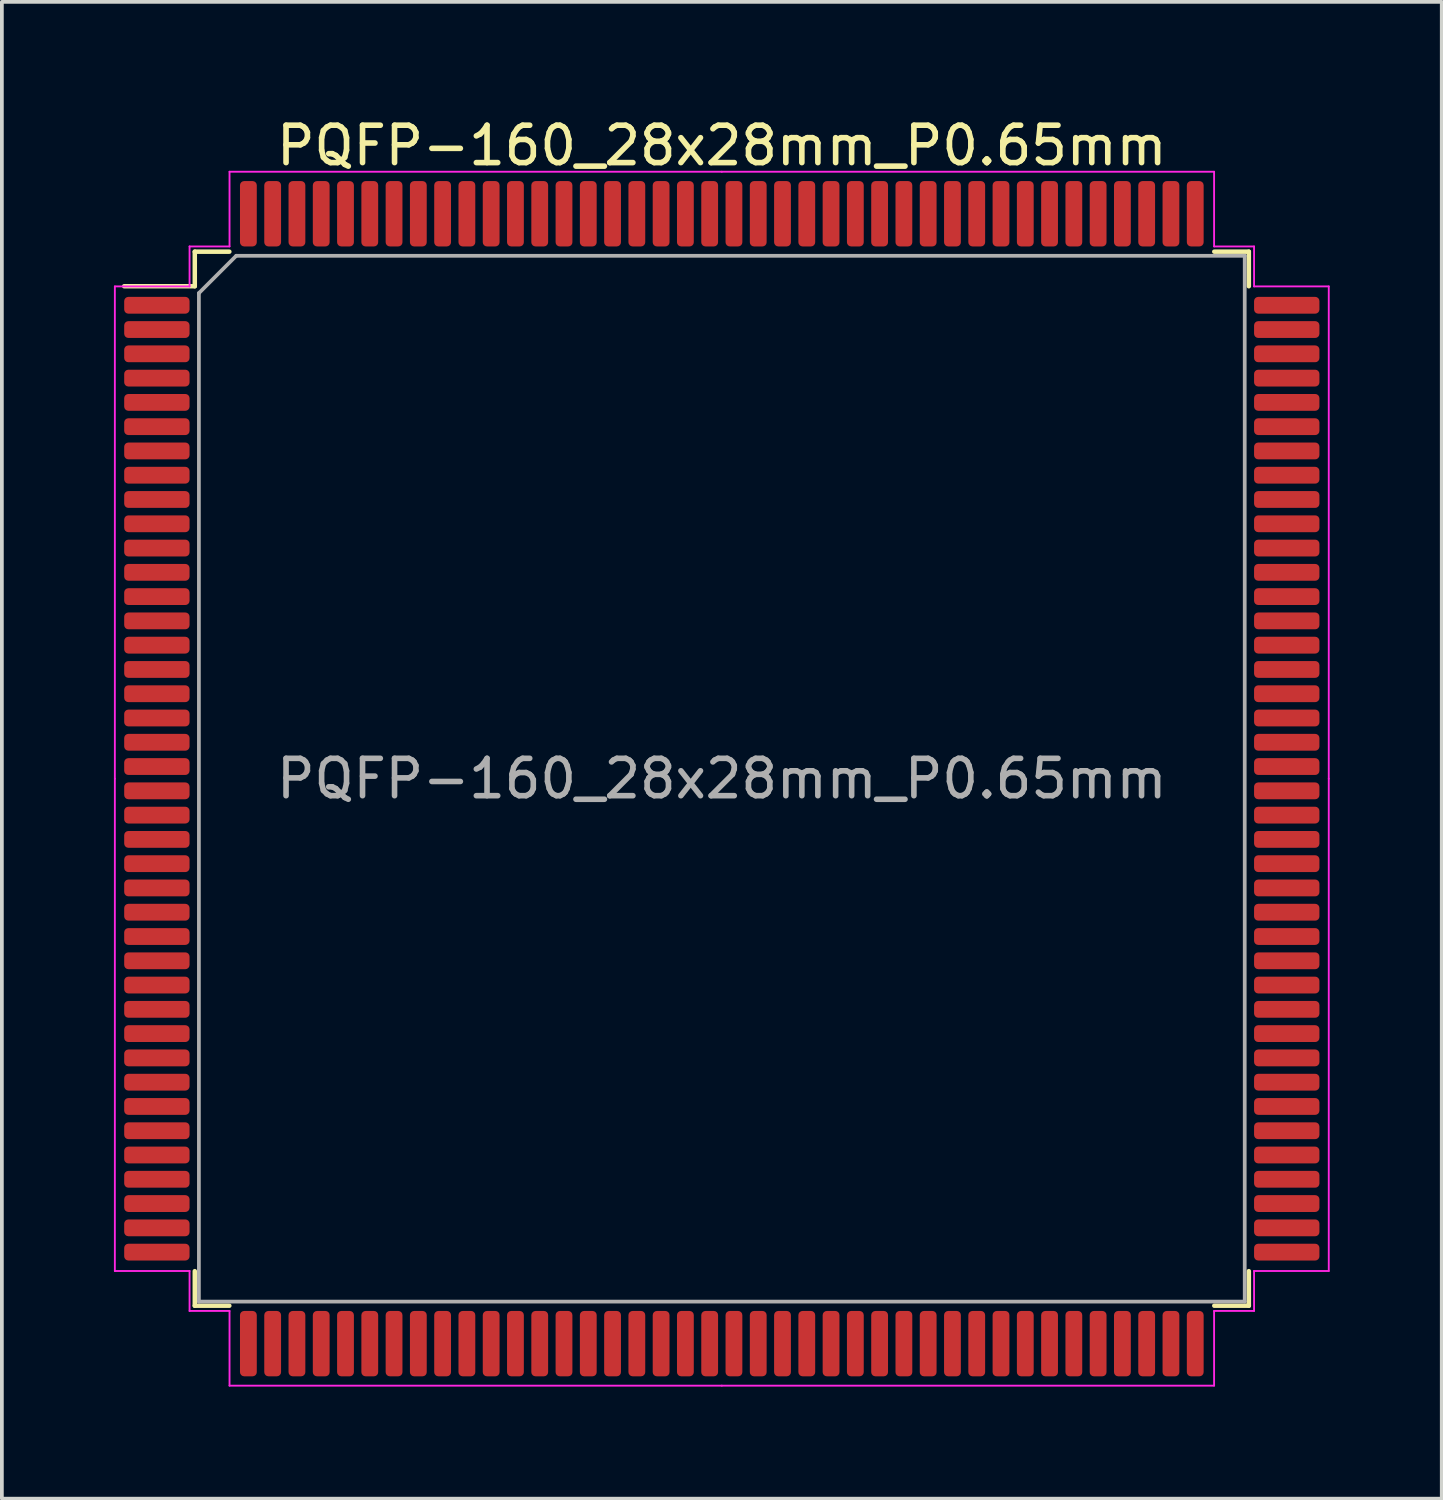
<source format=kicad_pcb>
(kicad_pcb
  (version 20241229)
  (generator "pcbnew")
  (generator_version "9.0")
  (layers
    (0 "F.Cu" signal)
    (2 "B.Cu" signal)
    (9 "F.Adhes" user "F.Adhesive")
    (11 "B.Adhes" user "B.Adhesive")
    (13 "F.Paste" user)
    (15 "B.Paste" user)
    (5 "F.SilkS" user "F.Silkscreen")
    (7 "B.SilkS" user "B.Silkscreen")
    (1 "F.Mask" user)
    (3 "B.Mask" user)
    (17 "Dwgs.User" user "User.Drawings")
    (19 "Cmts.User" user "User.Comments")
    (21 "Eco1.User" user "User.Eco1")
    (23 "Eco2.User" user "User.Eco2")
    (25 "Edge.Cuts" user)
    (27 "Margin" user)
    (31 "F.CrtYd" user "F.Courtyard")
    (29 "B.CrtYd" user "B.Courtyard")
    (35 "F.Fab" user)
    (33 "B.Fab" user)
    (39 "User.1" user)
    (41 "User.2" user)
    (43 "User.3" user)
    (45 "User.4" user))
  (footprint "PQFP-160_28x28mm_P0.65mm"
    (layer "F.Cu")
    (at 16.275 17.798)
    (property "Reference" "PQFP-160_28x28mm_P0.65mm" (at 0 -16.95 0) (layer "F.SilkS") (effects (font (size 1 1) (thickness 0.15))))
    (attr smd)
    (fp_line (start -14.11 -14.11) (end -14.11 -13.185) (stroke (width 0.12) (type solid)) (layer "F.SilkS"))
    (fp_line (start -14.11 -13.185) (end -16 -13.185) (stroke (width 0.12) (type solid)) (layer "F.SilkS"))
    (fp_line (start -14.11 14.11) (end -14.11 13.185) (stroke (width 0.12) (type solid)) (layer "F.SilkS"))
    (fp_line (start -13.185 -14.11) (end -14.11 -14.11) (stroke (width 0.12) (type solid)) (layer "F.SilkS"))
    (fp_line (start -13.185 14.11) (end -14.11 14.11) (stroke (width 0.12) (type solid)) (layer "F.SilkS"))
    (fp_line (start 13.185 -14.11) (end 14.11 -14.11) (stroke (width 0.12) (type solid)) (layer "F.SilkS"))
    (fp_line (start 13.185 14.11) (end 14.11 14.11) (stroke (width 0.12) (type solid)) (layer "F.SilkS"))
    (fp_line (start 14.11 -14.11) (end 14.11 -13.185) (stroke (width 0.12) (type solid)) (layer "F.SilkS"))
    (fp_line (start 14.11 14.11) (end 14.11 13.185) (stroke (width 0.12) (type solid)) (layer "F.SilkS"))
    (fp_line (start -16.25 -13.18) (end -16.25 0) (stroke (width 0.05) (type solid)) (layer "F.CrtYd"))
    (fp_line (start -16.25 13.18) (end -16.25 0) (stroke (width 0.05) (type solid)) (layer "F.CrtYd"))
    (fp_line (start -14.25 -14.25) (end -14.25 -13.18) (stroke (width 0.05) (type solid)) (layer "F.CrtYd"))
    (fp_line (start -14.25 -13.18) (end -16.25 -13.18) (stroke (width 0.05) (type solid)) (layer "F.CrtYd"))
    (fp_line (start -14.25 13.18) (end -16.25 13.18) (stroke (width 0.05) (type solid)) (layer "F.CrtYd"))
    (fp_line (start -14.25 14.25) (end -14.25 13.18) (stroke (width 0.05) (type solid)) (layer "F.CrtYd"))
    (fp_line (start -13.18 -16.25) (end -13.18 -14.25) (stroke (width 0.05) (type solid)) (layer "F.CrtYd"))
    (fp_line (start -13.18 -14.25) (end -14.25 -14.25) (stroke (width 0.05) (type solid)) (layer "F.CrtYd"))
    (fp_line (start -13.18 14.25) (end -14.25 14.25) (stroke (width 0.05) (type solid)) (layer "F.CrtYd"))
    (fp_line (start -13.18 16.25) (end -13.18 14.25) (stroke (width 0.05) (type solid)) (layer "F.CrtYd"))
    (fp_line (start 0 -16.25) (end -13.18 -16.25) (stroke (width 0.05) (type solid)) (layer "F.CrtYd"))
    (fp_line (start 0 -16.25) (end 13.18 -16.25) (stroke (width 0.05) (type solid)) (layer "F.CrtYd"))
    (fp_line (start 0 16.25) (end -13.18 16.25) (stroke (width 0.05) (type solid)) (layer "F.CrtYd"))
    (fp_line (start 0 16.25) (end 13.18 16.25) (stroke (width 0.05) (type solid)) (layer "F.CrtYd"))
    (fp_line (start 13.18 -16.25) (end 13.18 -14.25) (stroke (width 0.05) (type solid)) (layer "F.CrtYd"))
    (fp_line (start 13.18 -14.25) (end 14.25 -14.25) (stroke (width 0.05) (type solid)) (layer "F.CrtYd"))
    (fp_line (start 13.18 14.25) (end 14.25 14.25) (stroke (width 0.05) (type solid)) (layer "F.CrtYd"))
    (fp_line (start 13.18 16.25) (end 13.18 14.25) (stroke (width 0.05) (type solid)) (layer "F.CrtYd"))
    (fp_line (start 14.25 -14.25) (end 14.25 -13.18) (stroke (width 0.05) (type solid)) (layer "F.CrtYd"))
    (fp_line (start 14.25 -13.18) (end 16.25 -13.18) (stroke (width 0.05) (type solid)) (layer "F.CrtYd"))
    (fp_line (start 14.25 13.18) (end 16.25 13.18) (stroke (width 0.05) (type solid)) (layer "F.CrtYd"))
    (fp_line (start 14.25 14.25) (end 14.25 13.18) (stroke (width 0.05) (type solid)) (layer "F.CrtYd"))
    (fp_line (start 16.25 -13.18) (end 16.25 0) (stroke (width 0.05) (type solid)) (layer "F.CrtYd"))
    (fp_line (start 16.25 13.18) (end 16.25 0) (stroke (width 0.05) (type solid)) (layer "F.CrtYd"))
    (fp_line (start -14 -13) (end -13 -14) (stroke (width 0.1) (type solid)) (layer "F.Fab"))
    (fp_line (start -14 14) (end -14 -13) (stroke (width 0.1) (type solid)) (layer "F.Fab"))
    (fp_line (start -13 -14) (end 14 -14) (stroke (width 0.1) (type solid)) (layer "F.Fab"))
    (fp_line (start 14 -14) (end 14 14) (stroke (width 0.1) (type solid)) (layer "F.Fab"))
    (fp_line (start 14 14) (end -14 14) (stroke (width 0.1) (type solid)) (layer "F.Fab"))
    (fp_text user "${REFERENCE}" (at 0 0 0) (layer "F.Fab") (effects (font (size 1 1) (thickness 0.15))))
    (pad "1" smd roundrect (at -15.125 -12.675) (size 1.75 0.45) (layers "F.Cu" "F.Mask" "F.Paste") (roundrect_rratio 0.25))
    (pad "2" smd roundrect (at -15.125 -12.025) (size 1.75 0.45) (layers "F.Cu" "F.Mask" "F.Paste") (roundrect_rratio 0.25))
    (pad "3" smd roundrect (at -15.125 -11.375) (size 1.75 0.45) (layers "F.Cu" "F.Mask" "F.Paste") (roundrect_rratio 0.25))
    (pad "4" smd roundrect (at -15.125 -10.725) (size 1.75 0.45) (layers "F.Cu" "F.Mask" "F.Paste") (roundrect_rratio 0.25))
    (pad "5" smd roundrect (at -15.125 -10.075) (size 1.75 0.45) (layers "F.Cu" "F.Mask" "F.Paste") (roundrect_rratio 0.25))
    (pad "6" smd roundrect (at -15.125 -9.425) (size 1.75 0.45) (layers "F.Cu" "F.Mask" "F.Paste") (roundrect_rratio 0.25))
    (pad "7" smd roundrect (at -15.125 -8.775) (size 1.75 0.45) (layers "F.Cu" "F.Mask" "F.Paste") (roundrect_rratio 0.25))
    (pad "8" smd roundrect (at -15.125 -8.125) (size 1.75 0.45) (layers "F.Cu" "F.Mask" "F.Paste") (roundrect_rratio 0.25))
    (pad "9" smd roundrect (at -15.125 -7.475) (size 1.75 0.45) (layers "F.Cu" "F.Mask" "F.Paste") (roundrect_rratio 0.25))
    (pad "10" smd roundrect (at -15.125 -6.825) (size 1.75 0.45) (layers "F.Cu" "F.Mask" "F.Paste") (roundrect_rratio 0.25))
    (pad "11" smd roundrect (at -15.125 -6.175) (size 1.75 0.45) (layers "F.Cu" "F.Mask" "F.Paste") (roundrect_rratio 0.25))
    (pad "12" smd roundrect (at -15.125 -5.525) (size 1.75 0.45) (layers "F.Cu" "F.Mask" "F.Paste") (roundrect_rratio 0.25))
    (pad "13" smd roundrect (at -15.125 -4.875) (size 1.75 0.45) (layers "F.Cu" "F.Mask" "F.Paste") (roundrect_rratio 0.25))
    (pad "14" smd roundrect (at -15.125 -4.225) (size 1.75 0.45) (layers "F.Cu" "F.Mask" "F.Paste") (roundrect_rratio 0.25))
    (pad "15" smd roundrect (at -15.125 -3.575) (size 1.75 0.45) (layers "F.Cu" "F.Mask" "F.Paste") (roundrect_rratio 0.25))
    (pad "16" smd roundrect (at -15.125 -2.925) (size 1.75 0.45) (layers "F.Cu" "F.Mask" "F.Paste") (roundrect_rratio 0.25))
    (pad "17" smd roundrect (at -15.125 -2.275) (size 1.75 0.45) (layers "F.Cu" "F.Mask" "F.Paste") (roundrect_rratio 0.25))
    (pad "18" smd roundrect (at -15.125 -1.625) (size 1.75 0.45) (layers "F.Cu" "F.Mask" "F.Paste") (roundrect_rratio 0.25))
    (pad "19" smd roundrect (at -15.125 -0.975) (size 1.75 0.45) (layers "F.Cu" "F.Mask" "F.Paste") (roundrect_rratio 0.25))
    (pad "20" smd roundrect (at -15.125 -0.325) (size 1.75 0.45) (layers "F.Cu" "F.Mask" "F.Paste") (roundrect_rratio 0.25))
    (pad "21" smd roundrect (at -15.125 0.325) (size 1.75 0.45) (layers "F.Cu" "F.Mask" "F.Paste") (roundrect_rratio 0.25))
    (pad "22" smd roundrect (at -15.125 0.975) (size 1.75 0.45) (layers "F.Cu" "F.Mask" "F.Paste") (roundrect_rratio 0.25))
    (pad "23" smd roundrect (at -15.125 1.625) (size 1.75 0.45) (layers "F.Cu" "F.Mask" "F.Paste") (roundrect_rratio 0.25))
    (pad "24" smd roundrect (at -15.125 2.275) (size 1.75 0.45) (layers "F.Cu" "F.Mask" "F.Paste") (roundrect_rratio 0.25))
    (pad "25" smd roundrect (at -15.125 2.925) (size 1.75 0.45) (layers "F.Cu" "F.Mask" "F.Paste") (roundrect_rratio 0.25))
    (pad "26" smd roundrect (at -15.125 3.575) (size 1.75 0.45) (layers "F.Cu" "F.Mask" "F.Paste") (roundrect_rratio 0.25))
    (pad "27" smd roundrect (at -15.125 4.225) (size 1.75 0.45) (layers "F.Cu" "F.Mask" "F.Paste") (roundrect_rratio 0.25))
    (pad "28" smd roundrect (at -15.125 4.875) (size 1.75 0.45) (layers "F.Cu" "F.Mask" "F.Paste") (roundrect_rratio 0.25))
    (pad "29" smd roundrect (at -15.125 5.525) (size 1.75 0.45) (layers "F.Cu" "F.Mask" "F.Paste") (roundrect_rratio 0.25))
    (pad "30" smd roundrect (at -15.125 6.175) (size 1.75 0.45) (layers "F.Cu" "F.Mask" "F.Paste") (roundrect_rratio 0.25))
    (pad "31" smd roundrect (at -15.125 6.825) (size 1.75 0.45) (layers "F.Cu" "F.Mask" "F.Paste") (roundrect_rratio 0.25))
    (pad "32" smd roundrect (at -15.125 7.475) (size 1.75 0.45) (layers "F.Cu" "F.Mask" "F.Paste") (roundrect_rratio 0.25))
    (pad "33" smd roundrect (at -15.125 8.125) (size 1.75 0.45) (layers "F.Cu" "F.Mask" "F.Paste") (roundrect_rratio 0.25))
    (pad "34" smd roundrect (at -15.125 8.775) (size 1.75 0.45) (layers "F.Cu" "F.Mask" "F.Paste") (roundrect_rratio 0.25))
    (pad "35" smd roundrect (at -15.125 9.425) (size 1.75 0.45) (layers "F.Cu" "F.Mask" "F.Paste") (roundrect_rratio 0.25))
    (pad "36" smd roundrect (at -15.125 10.075) (size 1.75 0.45) (layers "F.Cu" "F.Mask" "F.Paste") (roundrect_rratio 0.25))
    (pad "37" smd roundrect (at -15.125 10.725) (size 1.75 0.45) (layers "F.Cu" "F.Mask" "F.Paste") (roundrect_rratio 0.25))
    (pad "38" smd roundrect (at -15.125 11.375) (size 1.75 0.45) (layers "F.Cu" "F.Mask" "F.Paste") (roundrect_rratio 0.25))
    (pad "39" smd roundrect (at -15.125 12.025) (size 1.75 0.45) (layers "F.Cu" "F.Mask" "F.Paste") (roundrect_rratio 0.25))
    (pad "40" smd roundrect (at -15.125 12.675) (size 1.75 0.45) (layers "F.Cu" "F.Mask" "F.Paste") (roundrect_rratio 0.25))
    (pad "41" smd roundrect (at -12.675 15.125) (size 0.45 1.75) (layers "F.Cu" "F.Mask" "F.Paste") (roundrect_rratio 0.25))
    (pad "42" smd roundrect (at -12.025 15.125) (size 0.45 1.75) (layers "F.Cu" "F.Mask" "F.Paste") (roundrect_rratio 0.25))
    (pad "43" smd roundrect (at -11.375 15.125) (size 0.45 1.75) (layers "F.Cu" "F.Mask" "F.Paste") (roundrect_rratio 0.25))
    (pad "44" smd roundrect (at -10.725 15.125) (size 0.45 1.75) (layers "F.Cu" "F.Mask" "F.Paste") (roundrect_rratio 0.25))
    (pad "45" smd roundrect (at -10.075 15.125) (size 0.45 1.75) (layers "F.Cu" "F.Mask" "F.Paste") (roundrect_rratio 0.25))
    (pad "46" smd roundrect (at -9.425 15.125) (size 0.45 1.75) (layers "F.Cu" "F.Mask" "F.Paste") (roundrect_rratio 0.25))
    (pad "47" smd roundrect (at -8.775 15.125) (size 0.45 1.75) (layers "F.Cu" "F.Mask" "F.Paste") (roundrect_rratio 0.25))
    (pad "48" smd roundrect (at -8.125 15.125) (size 0.45 1.75) (layers "F.Cu" "F.Mask" "F.Paste") (roundrect_rratio 0.25))
    (pad "49" smd roundrect (at -7.475 15.125) (size 0.45 1.75) (layers "F.Cu" "F.Mask" "F.Paste") (roundrect_rratio 0.25))
    (pad "50" smd roundrect (at -6.825 15.125) (size 0.45 1.75) (layers "F.Cu" "F.Mask" "F.Paste") (roundrect_rratio 0.25))
    (pad "51" smd roundrect (at -6.175 15.125) (size 0.45 1.75) (layers "F.Cu" "F.Mask" "F.Paste") (roundrect_rratio 0.25))
    (pad "52" smd roundrect (at -5.525 15.125) (size 0.45 1.75) (layers "F.Cu" "F.Mask" "F.Paste") (roundrect_rratio 0.25))
    (pad "53" smd roundrect (at -4.875 15.125) (size 0.45 1.75) (layers "F.Cu" "F.Mask" "F.Paste") (roundrect_rratio 0.25))
    (pad "54" smd roundrect (at -4.225 15.125) (size 0.45 1.75) (layers "F.Cu" "F.Mask" "F.Paste") (roundrect_rratio 0.25))
    (pad "55" smd roundrect (at -3.575 15.125) (size 0.45 1.75) (layers "F.Cu" "F.Mask" "F.Paste") (roundrect_rratio 0.25))
    (pad "56" smd roundrect (at -2.925 15.125) (size 0.45 1.75) (layers "F.Cu" "F.Mask" "F.Paste") (roundrect_rratio 0.25))
    (pad "57" smd roundrect (at -2.275 15.125) (size 0.45 1.75) (layers "F.Cu" "F.Mask" "F.Paste") (roundrect_rratio 0.25))
    (pad "58" smd roundrect (at -1.625 15.125) (size 0.45 1.75) (layers "F.Cu" "F.Mask" "F.Paste") (roundrect_rratio 0.25))
    (pad "59" smd roundrect (at -0.975 15.125) (size 0.45 1.75) (layers "F.Cu" "F.Mask" "F.Paste") (roundrect_rratio 0.25))
    (pad "60" smd roundrect (at -0.325 15.125) (size 0.45 1.75) (layers "F.Cu" "F.Mask" "F.Paste") (roundrect_rratio 0.25))
    (pad "61" smd roundrect (at 0.325 15.125) (size 0.45 1.75) (layers "F.Cu" "F.Mask" "F.Paste") (roundrect_rratio 0.25))
    (pad "62" smd roundrect (at 0.975 15.125) (size 0.45 1.75) (layers "F.Cu" "F.Mask" "F.Paste") (roundrect_rratio 0.25))
    (pad "63" smd roundrect (at 1.625 15.125) (size 0.45 1.75) (layers "F.Cu" "F.Mask" "F.Paste") (roundrect_rratio 0.25))
    (pad "64" smd roundrect (at 2.275 15.125) (size 0.45 1.75) (layers "F.Cu" "F.Mask" "F.Paste") (roundrect_rratio 0.25))
    (pad "65" smd roundrect (at 2.925 15.125) (size 0.45 1.75) (layers "F.Cu" "F.Mask" "F.Paste") (roundrect_rratio 0.25))
    (pad "66" smd roundrect (at 3.575 15.125) (size 0.45 1.75) (layers "F.Cu" "F.Mask" "F.Paste") (roundrect_rratio 0.25))
    (pad "67" smd roundrect (at 4.225 15.125) (size 0.45 1.75) (layers "F.Cu" "F.Mask" "F.Paste") (roundrect_rratio 0.25))
    (pad "68" smd roundrect (at 4.875 15.125) (size 0.45 1.75) (layers "F.Cu" "F.Mask" "F.Paste") (roundrect_rratio 0.25))
    (pad "69" smd roundrect (at 5.525 15.125) (size 0.45 1.75) (layers "F.Cu" "F.Mask" "F.Paste") (roundrect_rratio 0.25))
    (pad "70" smd roundrect (at 6.175 15.125) (size 0.45 1.75) (layers "F.Cu" "F.Mask" "F.Paste") (roundrect_rratio 0.25))
    (pad "71" smd roundrect (at 6.825 15.125) (size 0.45 1.75) (layers "F.Cu" "F.Mask" "F.Paste") (roundrect_rratio 0.25))
    (pad "72" smd roundrect (at 7.475 15.125) (size 0.45 1.75) (layers "F.Cu" "F.Mask" "F.Paste") (roundrect_rratio 0.25))
    (pad "73" smd roundrect (at 8.125 15.125) (size 0.45 1.75) (layers "F.Cu" "F.Mask" "F.Paste") (roundrect_rratio 0.25))
    (pad "74" smd roundrect (at 8.775 15.125) (size 0.45 1.75) (layers "F.Cu" "F.Mask" "F.Paste") (roundrect_rratio 0.25))
    (pad "75" smd roundrect (at 9.425 15.125) (size 0.45 1.75) (layers "F.Cu" "F.Mask" "F.Paste") (roundrect_rratio 0.25))
    (pad "76" smd roundrect (at 10.075 15.125) (size 0.45 1.75) (layers "F.Cu" "F.Mask" "F.Paste") (roundrect_rratio 0.25))
    (pad "77" smd roundrect (at 10.725 15.125) (size 0.45 1.75) (layers "F.Cu" "F.Mask" "F.Paste") (roundrect_rratio 0.25))
    (pad "78" smd roundrect (at 11.375 15.125) (size 0.45 1.75) (layers "F.Cu" "F.Mask" "F.Paste") (roundrect_rratio 0.25))
    (pad "79" smd roundrect (at 12.025 15.125) (size 0.45 1.75) (layers "F.Cu" "F.Mask" "F.Paste") (roundrect_rratio 0.25))
    (pad "80" smd roundrect (at 12.675 15.125) (size 0.45 1.75) (layers "F.Cu" "F.Mask" "F.Paste") (roundrect_rratio 0.25))
    (pad "81" smd roundrect (at 15.125 12.675) (size 1.75 0.45) (layers "F.Cu" "F.Mask" "F.Paste") (roundrect_rratio 0.25))
    (pad "82" smd roundrect (at 15.125 12.025) (size 1.75 0.45) (layers "F.Cu" "F.Mask" "F.Paste") (roundrect_rratio 0.25))
    (pad "83" smd roundrect (at 15.125 11.375) (size 1.75 0.45) (layers "F.Cu" "F.Mask" "F.Paste") (roundrect_rratio 0.25))
    (pad "84" smd roundrect (at 15.125 10.725) (size 1.75 0.45) (layers "F.Cu" "F.Mask" "F.Paste") (roundrect_rratio 0.25))
    (pad "85" smd roundrect (at 15.125 10.075) (size 1.75 0.45) (layers "F.Cu" "F.Mask" "F.Paste") (roundrect_rratio 0.25))
    (pad "86" smd roundrect (at 15.125 9.425) (size 1.75 0.45) (layers "F.Cu" "F.Mask" "F.Paste") (roundrect_rratio 0.25))
    (pad "87" smd roundrect (at 15.125 8.775) (size 1.75 0.45) (layers "F.Cu" "F.Mask" "F.Paste") (roundrect_rratio 0.25))
    (pad "88" smd roundrect (at 15.125 8.125) (size 1.75 0.45) (layers "F.Cu" "F.Mask" "F.Paste") (roundrect_rratio 0.25))
    (pad "89" smd roundrect (at 15.125 7.475) (size 1.75 0.45) (layers "F.Cu" "F.Mask" "F.Paste") (roundrect_rratio 0.25))
    (pad "90" smd roundrect (at 15.125 6.825) (size 1.75 0.45) (layers "F.Cu" "F.Mask" "F.Paste") (roundrect_rratio 0.25))
    (pad "91" smd roundrect (at 15.125 6.175) (size 1.75 0.45) (layers "F.Cu" "F.Mask" "F.Paste") (roundrect_rratio 0.25))
    (pad "92" smd roundrect (at 15.125 5.525) (size 1.75 0.45) (layers "F.Cu" "F.Mask" "F.Paste") (roundrect_rratio 0.25))
    (pad "93" smd roundrect (at 15.125 4.875) (size 1.75 0.45) (layers "F.Cu" "F.Mask" "F.Paste") (roundrect_rratio 0.25))
    (pad "94" smd roundrect (at 15.125 4.225) (size 1.75 0.45) (layers "F.Cu" "F.Mask" "F.Paste") (roundrect_rratio 0.25))
    (pad "95" smd roundrect (at 15.125 3.575) (size 1.75 0.45) (layers "F.Cu" "F.Mask" "F.Paste") (roundrect_rratio 0.25))
    (pad "96" smd roundrect (at 15.125 2.925) (size 1.75 0.45) (layers "F.Cu" "F.Mask" "F.Paste") (roundrect_rratio 0.25))
    (pad "97" smd roundrect (at 15.125 2.275) (size 1.75 0.45) (layers "F.Cu" "F.Mask" "F.Paste") (roundrect_rratio 0.25))
    (pad "98" smd roundrect (at 15.125 1.625) (size 1.75 0.45) (layers "F.Cu" "F.Mask" "F.Paste") (roundrect_rratio 0.25))
    (pad "99" smd roundrect (at 15.125 0.975) (size 1.75 0.45) (layers "F.Cu" "F.Mask" "F.Paste") (roundrect_rratio 0.25))
    (pad "100" smd roundrect (at 15.125 0.325) (size 1.75 0.45) (layers "F.Cu" "F.Mask" "F.Paste") (roundrect_rratio 0.25))
    (pad "101" smd roundrect (at 15.125 -0.325) (size 1.75 0.45) (layers "F.Cu" "F.Mask" "F.Paste") (roundrect_rratio 0.25))
    (pad "102" smd roundrect (at 15.125 -0.975) (size 1.75 0.45) (layers "F.Cu" "F.Mask" "F.Paste") (roundrect_rratio 0.25))
    (pad "103" smd roundrect (at 15.125 -1.625) (size 1.75 0.45) (layers "F.Cu" "F.Mask" "F.Paste") (roundrect_rratio 0.25))
    (pad "104" smd roundrect (at 15.125 -2.275) (size 1.75 0.45) (layers "F.Cu" "F.Mask" "F.Paste") (roundrect_rratio 0.25))
    (pad "105" smd roundrect (at 15.125 -2.925) (size 1.75 0.45) (layers "F.Cu" "F.Mask" "F.Paste") (roundrect_rratio 0.25))
    (pad "106" smd roundrect (at 15.125 -3.575) (size 1.75 0.45) (layers "F.Cu" "F.Mask" "F.Paste") (roundrect_rratio 0.25))
    (pad "107" smd roundrect (at 15.125 -4.225) (size 1.75 0.45) (layers "F.Cu" "F.Mask" "F.Paste") (roundrect_rratio 0.25))
    (pad "108" smd roundrect (at 15.125 -4.875) (size 1.75 0.45) (layers "F.Cu" "F.Mask" "F.Paste") (roundrect_rratio 0.25))
    (pad "109" smd roundrect (at 15.125 -5.525) (size 1.75 0.45) (layers "F.Cu" "F.Mask" "F.Paste") (roundrect_rratio 0.25))
    (pad "110" smd roundrect (at 15.125 -6.175) (size 1.75 0.45) (layers "F.Cu" "F.Mask" "F.Paste") (roundrect_rratio 0.25))
    (pad "111" smd roundrect (at 15.125 -6.825) (size 1.75 0.45) (layers "F.Cu" "F.Mask" "F.Paste") (roundrect_rratio 0.25))
    (pad "112" smd roundrect (at 15.125 -7.475) (size 1.75 0.45) (layers "F.Cu" "F.Mask" "F.Paste") (roundrect_rratio 0.25))
    (pad "113" smd roundrect (at 15.125 -8.125) (size 1.75 0.45) (layers "F.Cu" "F.Mask" "F.Paste") (roundrect_rratio 0.25))
    (pad "114" smd roundrect (at 15.125 -8.775) (size 1.75 0.45) (layers "F.Cu" "F.Mask" "F.Paste") (roundrect_rratio 0.25))
    (pad "115" smd roundrect (at 15.125 -9.425) (size 1.75 0.45) (layers "F.Cu" "F.Mask" "F.Paste") (roundrect_rratio 0.25))
    (pad "116" smd roundrect (at 15.125 -10.075) (size 1.75 0.45) (layers "F.Cu" "F.Mask" "F.Paste") (roundrect_rratio 0.25))
    (pad "117" smd roundrect (at 15.125 -10.725) (size 1.75 0.45) (layers "F.Cu" "F.Mask" "F.Paste") (roundrect_rratio 0.25))
    (pad "118" smd roundrect (at 15.125 -11.375) (size 1.75 0.45) (layers "F.Cu" "F.Mask" "F.Paste") (roundrect_rratio 0.25))
    (pad "119" smd roundrect (at 15.125 -12.025) (size 1.75 0.45) (layers "F.Cu" "F.Mask" "F.Paste") (roundrect_rratio 0.25))
    (pad "120" smd roundrect (at 15.125 -12.675) (size 1.75 0.45) (layers "F.Cu" "F.Mask" "F.Paste") (roundrect_rratio 0.25))
    (pad "121" smd roundrect (at 12.675 -15.125) (size 0.45 1.75) (layers "F.Cu" "F.Mask" "F.Paste") (roundrect_rratio 0.25))
    (pad "122" smd roundrect (at 12.025 -15.125) (size 0.45 1.75) (layers "F.Cu" "F.Mask" "F.Paste") (roundrect_rratio 0.25))
    (pad "123" smd roundrect (at 11.375 -15.125) (size 0.45 1.75) (layers "F.Cu" "F.Mask" "F.Paste") (roundrect_rratio 0.25))
    (pad "124" smd roundrect (at 10.725 -15.125) (size 0.45 1.75) (layers "F.Cu" "F.Mask" "F.Paste") (roundrect_rratio 0.25))
    (pad "125" smd roundrect (at 10.075 -15.125) (size 0.45 1.75) (layers "F.Cu" "F.Mask" "F.Paste") (roundrect_rratio 0.25))
    (pad "126" smd roundrect (at 9.425 -15.125) (size 0.45 1.75) (layers "F.Cu" "F.Mask" "F.Paste") (roundrect_rratio 0.25))
    (pad "127" smd roundrect (at 8.775 -15.125) (size 0.45 1.75) (layers "F.Cu" "F.Mask" "F.Paste") (roundrect_rratio 0.25))
    (pad "128" smd roundrect (at 8.125 -15.125) (size 0.45 1.75) (layers "F.Cu" "F.Mask" "F.Paste") (roundrect_rratio 0.25))
    (pad "129" smd roundrect (at 7.475 -15.125) (size 0.45 1.75) (layers "F.Cu" "F.Mask" "F.Paste") (roundrect_rratio 0.25))
    (pad "130" smd roundrect (at 6.825 -15.125) (size 0.45 1.75) (layers "F.Cu" "F.Mask" "F.Paste") (roundrect_rratio 0.25))
    (pad "131" smd roundrect (at 6.175 -15.125) (size 0.45 1.75) (layers "F.Cu" "F.Mask" "F.Paste") (roundrect_rratio 0.25))
    (pad "132" smd roundrect (at 5.525 -15.125) (size 0.45 1.75) (layers "F.Cu" "F.Mask" "F.Paste") (roundrect_rratio 0.25))
    (pad "133" smd roundrect (at 4.875 -15.125) (size 0.45 1.75) (layers "F.Cu" "F.Mask" "F.Paste") (roundrect_rratio 0.25))
    (pad "134" smd roundrect (at 4.225 -15.125) (size 0.45 1.75) (layers "F.Cu" "F.Mask" "F.Paste") (roundrect_rratio 0.25))
    (pad "135" smd roundrect (at 3.575 -15.125) (size 0.45 1.75) (layers "F.Cu" "F.Mask" "F.Paste") (roundrect_rratio 0.25))
    (pad "136" smd roundrect (at 2.925 -15.125) (size 0.45 1.75) (layers "F.Cu" "F.Mask" "F.Paste") (roundrect_rratio 0.25))
    (pad "137" smd roundrect (at 2.275 -15.125) (size 0.45 1.75) (layers "F.Cu" "F.Mask" "F.Paste") (roundrect_rratio 0.25))
    (pad "138" smd roundrect (at 1.625 -15.125) (size 0.45 1.75) (layers "F.Cu" "F.Mask" "F.Paste") (roundrect_rratio 0.25))
    (pad "139" smd roundrect (at 0.975 -15.125) (size 0.45 1.75) (layers "F.Cu" "F.Mask" "F.Paste") (roundrect_rratio 0.25))
    (pad "140" smd roundrect (at 0.325 -15.125) (size 0.45 1.75) (layers "F.Cu" "F.Mask" "F.Paste") (roundrect_rratio 0.25))
    (pad "141" smd roundrect (at -0.325 -15.125) (size 0.45 1.75) (layers "F.Cu" "F.Mask" "F.Paste") (roundrect_rratio 0.25))
    (pad "142" smd roundrect (at -0.975 -15.125) (size 0.45 1.75) (layers "F.Cu" "F.Mask" "F.Paste") (roundrect_rratio 0.25))
    (pad "143" smd roundrect (at -1.625 -15.125) (size 0.45 1.75) (layers "F.Cu" "F.Mask" "F.Paste") (roundrect_rratio 0.25))
    (pad "144" smd roundrect (at -2.275 -15.125) (size 0.45 1.75) (layers "F.Cu" "F.Mask" "F.Paste") (roundrect_rratio 0.25))
    (pad "145" smd roundrect (at -2.925 -15.125) (size 0.45 1.75) (layers "F.Cu" "F.Mask" "F.Paste") (roundrect_rratio 0.25))
    (pad "146" smd roundrect (at -3.575 -15.125) (size 0.45 1.75) (layers "F.Cu" "F.Mask" "F.Paste") (roundrect_rratio 0.25))
    (pad "147" smd roundrect (at -4.225 -15.125) (size 0.45 1.75) (layers "F.Cu" "F.Mask" "F.Paste") (roundrect_rratio 0.25))
    (pad "148" smd roundrect (at -4.875 -15.125) (size 0.45 1.75) (layers "F.Cu" "F.Mask" "F.Paste") (roundrect_rratio 0.25))
    (pad "149" smd roundrect (at -5.525 -15.125) (size 0.45 1.75) (layers "F.Cu" "F.Mask" "F.Paste") (roundrect_rratio 0.25))
    (pad "150" smd roundrect (at -6.175 -15.125) (size 0.45 1.75) (layers "F.Cu" "F.Mask" "F.Paste") (roundrect_rratio 0.25))
    (pad "151" smd roundrect (at -6.825 -15.125) (size 0.45 1.75) (layers "F.Cu" "F.Mask" "F.Paste") (roundrect_rratio 0.25))
    (pad "152" smd roundrect (at -7.475 -15.125) (size 0.45 1.75) (layers "F.Cu" "F.Mask" "F.Paste") (roundrect_rratio 0.25))
    (pad "153" smd roundrect (at -8.125 -15.125) (size 0.45 1.75) (layers "F.Cu" "F.Mask" "F.Paste") (roundrect_rratio 0.25))
    (pad "154" smd roundrect (at -8.775 -15.125) (size 0.45 1.75) (layers "F.Cu" "F.Mask" "F.Paste") (roundrect_rratio 0.25))
    (pad "155" smd roundrect (at -9.425 -15.125) (size 0.45 1.75) (layers "F.Cu" "F.Mask" "F.Paste") (roundrect_rratio 0.25))
    (pad "156" smd roundrect (at -10.075 -15.125) (size 0.45 1.75) (layers "F.Cu" "F.Mask" "F.Paste") (roundrect_rratio 0.25))
    (pad "157" smd roundrect (at -10.725 -15.125) (size 0.45 1.75) (layers "F.Cu" "F.Mask" "F.Paste") (roundrect_rratio 0.25))
    (pad "158" smd roundrect (at -11.375 -15.125) (size 0.45 1.75) (layers "F.Cu" "F.Mask" "F.Paste") (roundrect_rratio 0.25))
    (pad "159" smd roundrect (at -12.025 -15.125) (size 0.45 1.75) (layers "F.Cu" "F.Mask" "F.Paste") (roundrect_rratio 0.25))
    (pad "160" smd roundrect (at -12.675 -15.125) (size 0.45 1.75) (layers "F.Cu" "F.Mask" "F.Paste") (roundrect_rratio 0.25)))
  (gr_rect
    (start -3 -3)
    (end 35.55 37.073)
    (stroke (width 0.1) (type default))
    (fill no)
    (layer "Edge.Cuts")))
</source>
